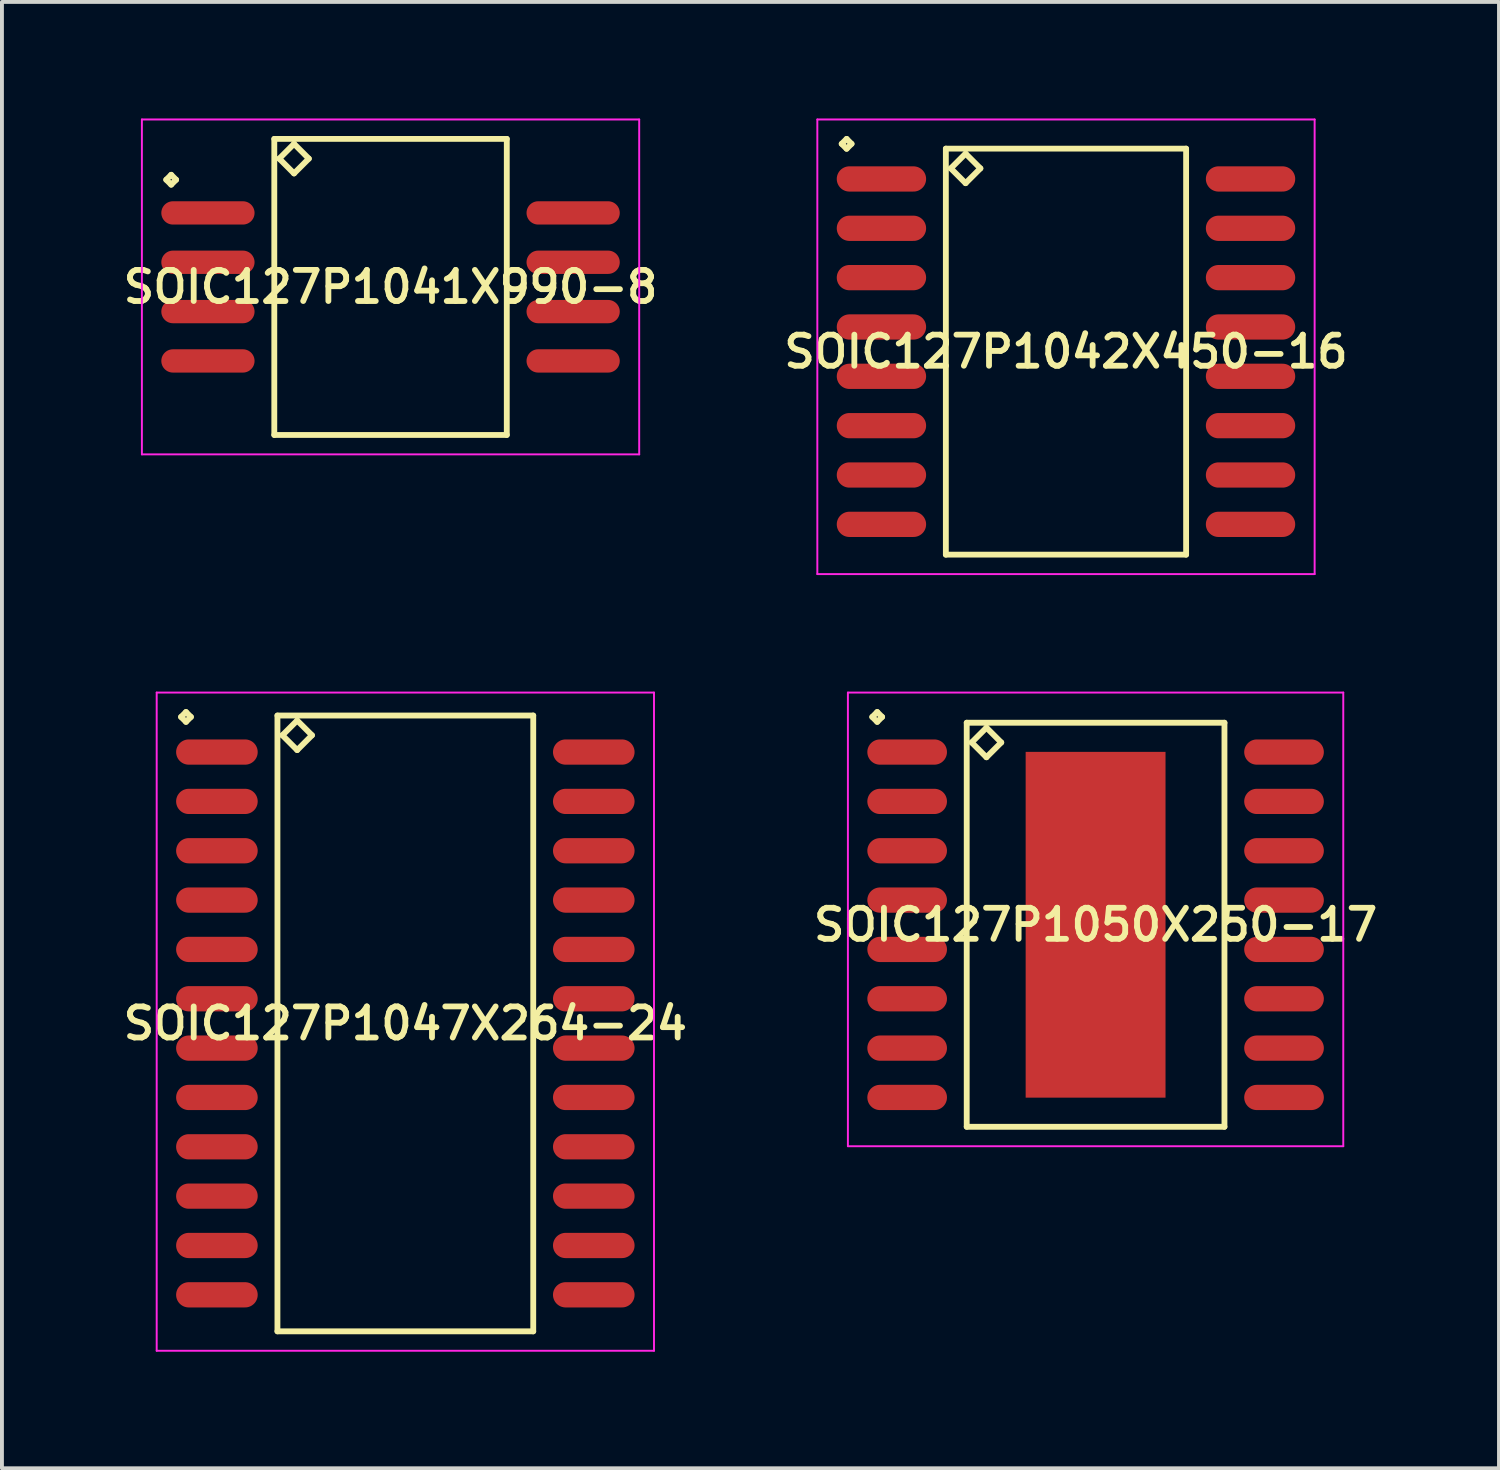
<source format=kicad_pcb>
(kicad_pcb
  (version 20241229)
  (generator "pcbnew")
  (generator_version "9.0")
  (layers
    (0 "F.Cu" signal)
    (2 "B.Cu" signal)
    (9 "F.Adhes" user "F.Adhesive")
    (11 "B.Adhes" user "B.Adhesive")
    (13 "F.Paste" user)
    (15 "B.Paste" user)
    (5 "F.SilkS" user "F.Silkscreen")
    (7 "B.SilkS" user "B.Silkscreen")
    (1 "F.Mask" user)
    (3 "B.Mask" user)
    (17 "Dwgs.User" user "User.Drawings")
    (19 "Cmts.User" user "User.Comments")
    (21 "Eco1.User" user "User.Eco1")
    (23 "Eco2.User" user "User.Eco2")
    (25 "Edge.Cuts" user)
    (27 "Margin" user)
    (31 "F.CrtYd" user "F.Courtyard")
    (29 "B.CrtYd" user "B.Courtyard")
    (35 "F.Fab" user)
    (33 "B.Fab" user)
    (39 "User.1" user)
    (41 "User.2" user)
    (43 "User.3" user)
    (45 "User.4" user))
  (footprint "SOIC127P1047X264-24"
    (layer "F.Cu")
    (at 7.383 23.292)
    (property "Reference" "SOIC127P1047X264-24" (at 0 0 0) (layer "F.SilkS") (effects (font (size 0.8 0.8) (thickness 0.15))))
    (attr smd)
    (fp_line (start -5.773 -7.889) (end -5.646 -8.016) (stroke (width 0.15) (type solid)) (layer "F.SilkS"))
    (fp_line (start -5.646 -8.016) (end -5.519 -7.889) (stroke (width 0.15) (type solid)) (layer "F.SilkS"))
    (fp_line (start -5.646 -7.762) (end -5.773 -7.889) (stroke (width 0.15) (type solid)) (layer "F.SilkS"))
    (fp_line (start -5.519 -7.889) (end -5.646 -7.762) (stroke (width 0.15) (type solid)) (layer "F.SilkS"))
    (fp_line (start -3.292 -7.925) (end -3.292 7.925) (stroke (width 0.15) (type solid)) (layer "F.SilkS"))
    (fp_line (start -3.292 7.925) (end 3.292 7.925) (stroke (width 0.15) (type solid)) (layer "F.SilkS"))
    (fp_line (start -3.165 -7.417) (end -2.784 -7.798) (stroke (width 0.15) (type solid)) (layer "F.SilkS"))
    (fp_line (start -2.784 -7.798) (end -2.403 -7.417) (stroke (width 0.15) (type solid)) (layer "F.SilkS"))
    (fp_line (start -2.784 -7.036) (end -3.165 -7.417) (stroke (width 0.15) (type solid)) (layer "F.SilkS"))
    (fp_line (start -2.403 -7.417) (end -2.784 -7.036) (stroke (width 0.15) (type solid)) (layer "F.SilkS"))
    (fp_line (start 3.292 -7.925) (end -3.292 -7.925) (stroke (width 0.15) (type solid)) (layer "F.SilkS"))
    (fp_line (start 3.292 7.925) (end 3.292 -7.925) (stroke (width 0.15) (type solid)) (layer "F.SilkS"))
    (fp_line (start -6.4 -8.516) (end 6.4 -8.516) (stroke (width 0.05) (type solid)) (layer "F.CrtYd"))
    (fp_line (start -6.4 8.425) (end -6.4 -8.516) (stroke (width 0.05) (type solid)) (layer "F.CrtYd"))
    (fp_line (start 6.4 -8.516) (end 6.4 8.425) (stroke (width 0.05) (type solid)) (layer "F.CrtYd"))
    (fp_line (start 6.4 8.425) (end -6.4 8.425) (stroke (width 0.05) (type solid)) (layer "F.CrtYd"))
    (pad "1" smd oval (at -4.85 -6.985) (size 2.1 0.65) (layers "F.Cu" "F.Mask" "F.Paste"))
    (pad "2" smd oval (at -4.85 -5.715) (size 2.1 0.65) (layers "F.Cu" "F.Mask" "F.Paste"))
    (pad "3" smd oval (at -4.85 -4.445) (size 2.1 0.65) (layers "F.Cu" "F.Mask" "F.Paste"))
    (pad "4" smd oval (at -4.85 -3.175) (size 2.1 0.65) (layers "F.Cu" "F.Mask" "F.Paste"))
    (pad "5" smd oval (at -4.85 -1.905) (size 2.1 0.65) (layers "F.Cu" "F.Mask" "F.Paste"))
    (pad "6" smd oval (at -4.85 -0.635) (size 2.1 0.65) (layers "F.Cu" "F.Mask" "F.Paste"))
    (pad "7" smd oval (at -4.85 0.635) (size 2.1 0.65) (layers "F.Cu" "F.Mask" "F.Paste"))
    (pad "8" smd oval (at -4.85 1.905) (size 2.1 0.65) (layers "F.Cu" "F.Mask" "F.Paste"))
    (pad "9" smd oval (at -4.85 3.175) (size 2.1 0.65) (layers "F.Cu" "F.Mask" "F.Paste"))
    (pad "10" smd oval (at -4.85 4.445) (size 2.1 0.65) (layers "F.Cu" "F.Mask" "F.Paste"))
    (pad "11" smd oval (at -4.85 5.715) (size 2.1 0.65) (layers "F.Cu" "F.Mask" "F.Paste"))
    (pad "12" smd oval (at -4.85 6.985) (size 2.1 0.65) (layers "F.Cu" "F.Mask" "F.Paste"))
    (pad "13" smd oval (at 4.85 6.985) (size 2.1 0.65) (layers "F.Cu" "F.Mask" "F.Paste"))
    (pad "14" smd oval (at 4.85 5.715) (size 2.1 0.65) (layers "F.Cu" "F.Mask" "F.Paste"))
    (pad "15" smd oval (at 4.85 4.445) (size 2.1 0.65) (layers "F.Cu" "F.Mask" "F.Paste"))
    (pad "16" smd oval (at 4.85 3.175) (size 2.1 0.65) (layers "F.Cu" "F.Mask" "F.Paste"))
    (pad "17" smd oval (at 4.85 1.905) (size 2.1 0.65) (layers "F.Cu" "F.Mask" "F.Paste"))
    (pad "18" smd oval (at 4.85 0.635) (size 2.1 0.65) (layers "F.Cu" "F.Mask" "F.Paste"))
    (pad "19" smd oval (at 4.85 -0.635) (size 2.1 0.65) (layers "F.Cu" "F.Mask" "F.Paste"))
    (pad "20" smd oval (at 4.85 -1.905) (size 2.1 0.65) (layers "F.Cu" "F.Mask" "F.Paste"))
    (pad "21" smd oval (at 4.85 -3.175) (size 2.1 0.65) (layers "F.Cu" "F.Mask" "F.Paste"))
    (pad "22" smd oval (at 4.85 -4.445) (size 2.1 0.65) (layers "F.Cu" "F.Mask" "F.Paste"))
    (pad "23" smd oval (at 4.85 -5.715) (size 2.1 0.65) (layers "F.Cu" "F.Mask" "F.Paste"))
    (pad "24" smd oval (at 4.85 -6.985) (size 2.1 0.65) (layers "F.Cu" "F.Mask" "F.Paste")))
  (footprint "SOIC127P1042X450-16"
    (layer "F.Cu")
    (at 24.387 6.001)
    (property "Reference" "SOIC127P1042X450-16" (at 0 0 0) (layer "F.SilkS") (effects (font (size 0.8 0.8) (thickness 0.15))))
    (attr smd)
    (fp_line (start -5.773 -5.349) (end -5.646 -5.476) (stroke (width 0.15) (type solid)) (layer "F.SilkS"))
    (fp_line (start -5.646 -5.476) (end -5.519 -5.349) (stroke (width 0.15) (type solid)) (layer "F.SilkS"))
    (fp_line (start -5.646 -5.222) (end -5.773 -5.349) (stroke (width 0.15) (type solid)) (layer "F.SilkS"))
    (fp_line (start -5.519 -5.349) (end -5.646 -5.222) (stroke (width 0.15) (type solid)) (layer "F.SilkS"))
    (fp_line (start -3.092 -5.225) (end -3.092 5.225) (stroke (width 0.15) (type solid)) (layer "F.SilkS"))
    (fp_line (start -3.092 5.225) (end 3.092 5.225) (stroke (width 0.15) (type solid)) (layer "F.SilkS"))
    (fp_line (start -2.965 -4.717) (end -2.584 -5.098) (stroke (width 0.15) (type solid)) (layer "F.SilkS"))
    (fp_line (start -2.584 -5.098) (end -2.203 -4.717) (stroke (width 0.15) (type solid)) (layer "F.SilkS"))
    (fp_line (start -2.584 -4.336) (end -2.965 -4.717) (stroke (width 0.15) (type solid)) (layer "F.SilkS"))
    (fp_line (start -2.203 -4.717) (end -2.584 -4.336) (stroke (width 0.15) (type solid)) (layer "F.SilkS"))
    (fp_line (start 3.092 -5.225) (end -3.092 -5.225) (stroke (width 0.15) (type solid)) (layer "F.SilkS"))
    (fp_line (start 3.092 5.225) (end 3.092 -5.225) (stroke (width 0.15) (type solid)) (layer "F.SilkS"))
    (fp_line (start -6.4 -5.976) (end 6.4 -5.976) (stroke (width 0.05) (type solid)) (layer "F.CrtYd"))
    (fp_line (start -6.4 5.725) (end -6.4 -5.976) (stroke (width 0.05) (type solid)) (layer "F.CrtYd"))
    (fp_line (start 6.4 -5.976) (end 6.4 5.725) (stroke (width 0.05) (type solid)) (layer "F.CrtYd"))
    (fp_line (start 6.4 5.725) (end -6.4 5.725) (stroke (width 0.05) (type solid)) (layer "F.CrtYd"))
    (pad "1" smd oval (at -4.75 -4.445) (size 2.3 0.65) (layers "F.Cu" "F.Mask" "F.Paste"))
    (pad "2" smd oval (at -4.75 -3.175) (size 2.3 0.65) (layers "F.Cu" "F.Mask" "F.Paste"))
    (pad "3" smd oval (at -4.75 -1.905) (size 2.3 0.65) (layers "F.Cu" "F.Mask" "F.Paste"))
    (pad "4" smd oval (at -4.75 -0.635) (size 2.3 0.65) (layers "F.Cu" "F.Mask" "F.Paste"))
    (pad "5" smd oval (at -4.75 0.635) (size 2.3 0.65) (layers "F.Cu" "F.Mask" "F.Paste"))
    (pad "6" smd oval (at -4.75 1.905) (size 2.3 0.65) (layers "F.Cu" "F.Mask" "F.Paste"))
    (pad "7" smd oval (at -4.75 3.175) (size 2.3 0.65) (layers "F.Cu" "F.Mask" "F.Paste"))
    (pad "8" smd oval (at -4.75 4.445) (size 2.3 0.65) (layers "F.Cu" "F.Mask" "F.Paste"))
    (pad "9" smd oval (at 4.75 4.445) (size 2.3 0.65) (layers "F.Cu" "F.Mask" "F.Paste"))
    (pad "10" smd oval (at 4.75 3.175) (size 2.3 0.65) (layers "F.Cu" "F.Mask" "F.Paste"))
    (pad "11" smd oval (at 4.75 1.905) (size 2.3 0.65) (layers "F.Cu" "F.Mask" "F.Paste"))
    (pad "12" smd oval (at 4.75 0.635) (size 2.3 0.65) (layers "F.Cu" "F.Mask" "F.Paste"))
    (pad "13" smd oval (at 4.75 -0.635) (size 2.3 0.65) (layers "F.Cu" "F.Mask" "F.Paste"))
    (pad "14" smd oval (at 4.75 -1.905) (size 2.3 0.65) (layers "F.Cu" "F.Mask" "F.Paste"))
    (pad "15" smd oval (at 4.75 -3.175) (size 2.3 0.65) (layers "F.Cu" "F.Mask" "F.Paste"))
    (pad "16" smd oval (at 4.75 -4.445) (size 2.3 0.65) (layers "F.Cu" "F.Mask" "F.Paste")))
  (footprint "SOIC127P1050X250-17"
    (layer "F.Cu")
    (at 25.149 20.752)
    (property "Reference" "SOIC127P1050X250-17" (at 0 0 0) (layer "F.SilkS") (effects (font (size 0.8 0.8) (thickness 0.15))))
    (attr smd)
    (fp_line (start -5.748 -5.349) (end -5.621 -5.476) (stroke (width 0.15) (type solid)) (layer "F.SilkS"))
    (fp_line (start -5.621 -5.476) (end -5.494 -5.349) (stroke (width 0.15) (type solid)) (layer "F.SilkS"))
    (fp_line (start -5.621 -5.222) (end -5.748 -5.349) (stroke (width 0.15) (type solid)) (layer "F.SilkS"))
    (fp_line (start -5.494 -5.349) (end -5.621 -5.222) (stroke (width 0.15) (type solid)) (layer "F.SilkS"))
    (fp_line (start -3.317 -5.2) (end -3.317 5.2) (stroke (width 0.15) (type solid)) (layer "F.SilkS"))
    (fp_line (start -3.317 5.2) (end 3.317 5.2) (stroke (width 0.15) (type solid)) (layer "F.SilkS"))
    (fp_line (start -3.19 -4.692) (end -2.809 -5.073) (stroke (width 0.15) (type solid)) (layer "F.SilkS"))
    (fp_line (start -2.809 -5.073) (end -2.428 -4.692) (stroke (width 0.15) (type solid)) (layer "F.SilkS"))
    (fp_line (start -2.809 -4.311) (end -3.19 -4.692) (stroke (width 0.15) (type solid)) (layer "F.SilkS"))
    (fp_line (start -2.428 -4.692) (end -2.809 -4.311) (stroke (width 0.15) (type solid)) (layer "F.SilkS"))
    (fp_line (start 3.317 -5.2) (end -3.317 -5.2) (stroke (width 0.15) (type solid)) (layer "F.SilkS"))
    (fp_line (start 3.317 5.2) (end 3.317 -5.2) (stroke (width 0.15) (type solid)) (layer "F.SilkS"))
    (fp_line (start -6.375 -5.976) (end 6.375 -5.976) (stroke (width 0.05) (type solid)) (layer "F.CrtYd"))
    (fp_line (start -6.375 5.7) (end -6.375 -5.976) (stroke (width 0.05) (type solid)) (layer "F.CrtYd"))
    (fp_line (start 6.375 -5.976) (end 6.375 5.7) (stroke (width 0.05) (type solid)) (layer "F.CrtYd"))
    (fp_line (start 6.375 5.7) (end -6.375 5.7) (stroke (width 0.05) (type solid)) (layer "F.CrtYd"))
    (pad "1" smd oval (at -4.85 -4.445) (size 2.05 0.65) (layers "F.Cu" "F.Mask" "F.Paste"))
    (pad "2" smd oval (at -4.85 -3.175) (size 2.05 0.65) (layers "F.Cu" "F.Mask" "F.Paste"))
    (pad "3" smd oval (at -4.85 -1.905) (size 2.05 0.65) (layers "F.Cu" "F.Mask" "F.Paste"))
    (pad "4" smd oval (at -4.85 -0.635) (size 2.05 0.65) (layers "F.Cu" "F.Mask" "F.Paste"))
    (pad "5" smd oval (at -4.85 0.635) (size 2.05 0.65) (layers "F.Cu" "F.Mask" "F.Paste"))
    (pad "6" smd oval (at -4.85 1.905) (size 2.05 0.65) (layers "F.Cu" "F.Mask" "F.Paste"))
    (pad "7" smd oval (at -4.85 3.175) (size 2.05 0.65) (layers "F.Cu" "F.Mask" "F.Paste"))
    (pad "8" smd oval (at -4.85 4.445) (size 2.05 0.65) (layers "F.Cu" "F.Mask" "F.Paste"))
    (pad "9" smd oval (at 4.85 4.445) (size 2.05 0.65) (layers "F.Cu" "F.Mask" "F.Paste"))
    (pad "10" smd oval (at 4.85 3.175) (size 2.05 0.65) (layers "F.Cu" "F.Mask" "F.Paste"))
    (pad "11" smd oval (at 4.85 1.905) (size 2.05 0.65) (layers "F.Cu" "F.Mask" "F.Paste"))
    (pad "12" smd oval (at 4.85 0.635) (size 2.05 0.65) (layers "F.Cu" "F.Mask" "F.Paste"))
    (pad "13" smd oval (at 4.85 -0.635) (size 2.05 0.65) (layers "F.Cu" "F.Mask" "F.Paste"))
    (pad "14" smd oval (at 4.85 -1.905) (size 2.05 0.65) (layers "F.Cu" "F.Mask" "F.Paste"))
    (pad "15" smd oval (at 4.85 -3.175) (size 2.05 0.65) (layers "F.Cu" "F.Mask" "F.Paste"))
    (pad "16" smd oval (at 4.85 -4.445) (size 2.05 0.65) (layers "F.Cu" "F.Mask" "F.Paste"))
    (pad "17" smd rect (at 0 0) (size 3.6 8.9) (layers "F.Cu" "F.Mask" "F.Paste")))
  (footprint "SOIC127P1041X990-8"
    (layer "F.Cu")
    (at 7.002 4.335)
    (property "Reference" "SOIC127P1041X990-8" (at 0 0 0) (layer "F.SilkS") (effects (font (size 0.8 0.8) (thickness 0.15))))
    (attr smd)
    (fp_line (start -5.773 -2.759) (end -5.646 -2.886) (stroke (width 0.15) (type solid)) (layer "F.SilkS"))
    (fp_line (start -5.646 -2.886) (end -5.519 -2.759) (stroke (width 0.15) (type solid)) (layer "F.SilkS"))
    (fp_line (start -5.646 -2.632) (end -5.773 -2.759) (stroke (width 0.15) (type solid)) (layer "F.SilkS"))
    (fp_line (start -5.519 -2.759) (end -5.646 -2.632) (stroke (width 0.15) (type solid)) (layer "F.SilkS"))
    (fp_line (start -2.992 -3.81) (end -2.992 3.81) (stroke (width 0.15) (type solid)) (layer "F.SilkS"))
    (fp_line (start -2.992 3.81) (end 2.992 3.81) (stroke (width 0.15) (type solid)) (layer "F.SilkS"))
    (fp_line (start -2.865 -3.302) (end -2.484 -3.683) (stroke (width 0.15) (type solid)) (layer "F.SilkS"))
    (fp_line (start -2.484 -3.683) (end -2.103 -3.302) (stroke (width 0.15) (type solid)) (layer "F.SilkS"))
    (fp_line (start -2.484 -2.921) (end -2.865 -3.302) (stroke (width 0.15) (type solid)) (layer "F.SilkS"))
    (fp_line (start -2.103 -3.302) (end -2.484 -2.921) (stroke (width 0.15) (type solid)) (layer "F.SilkS"))
    (fp_line (start 2.992 -3.81) (end -2.992 -3.81) (stroke (width 0.15) (type solid)) (layer "F.SilkS"))
    (fp_line (start 2.992 3.81) (end 2.992 -3.81) (stroke (width 0.15) (type solid)) (layer "F.SilkS"))
    (fp_line (start -6.4 -4.31) (end 6.4 -4.31) (stroke (width 0.05) (type solid)) (layer "F.CrtYd"))
    (fp_line (start -6.4 4.31) (end -6.4 -4.31) (stroke (width 0.05) (type solid)) (layer "F.CrtYd"))
    (fp_line (start 6.4 -4.31) (end 6.4 4.31) (stroke (width 0.05) (type solid)) (layer "F.CrtYd"))
    (fp_line (start 6.4 4.31) (end -6.4 4.31) (stroke (width 0.05) (type solid)) (layer "F.CrtYd"))
    (pad "1" smd oval (at -4.7 -1.905) (size 2.4 0.6) (layers "F.Cu" "F.Mask" "F.Paste"))
    (pad "2" smd oval (at -4.7 -0.635) (size 2.4 0.6) (layers "F.Cu" "F.Mask" "F.Paste"))
    (pad "3" smd oval (at -4.7 0.635) (size 2.4 0.6) (layers "F.Cu" "F.Mask" "F.Paste"))
    (pad "4" smd oval (at -4.7 1.905) (size 2.4 0.6) (layers "F.Cu" "F.Mask" "F.Paste"))
    (pad "5" smd oval (at 4.7 1.905) (size 2.4 0.6) (layers "F.Cu" "F.Mask" "F.Paste"))
    (pad "6" smd oval (at 4.7 0.635) (size 2.4 0.6) (layers "F.Cu" "F.Mask" "F.Paste"))
    (pad "7" smd oval (at 4.7 -0.635) (size 2.4 0.6) (layers "F.Cu" "F.Mask" "F.Paste"))
    (pad "8" smd oval (at 4.7 -1.905) (size 2.4 0.6) (layers "F.Cu" "F.Mask" "F.Paste")))
  (gr_rect
    (start -3 -3)
    (end 35.532 34.742)
    (stroke (width 0.1) (type default))
    (fill no)
    (layer "Edge.Cuts")))
</source>
